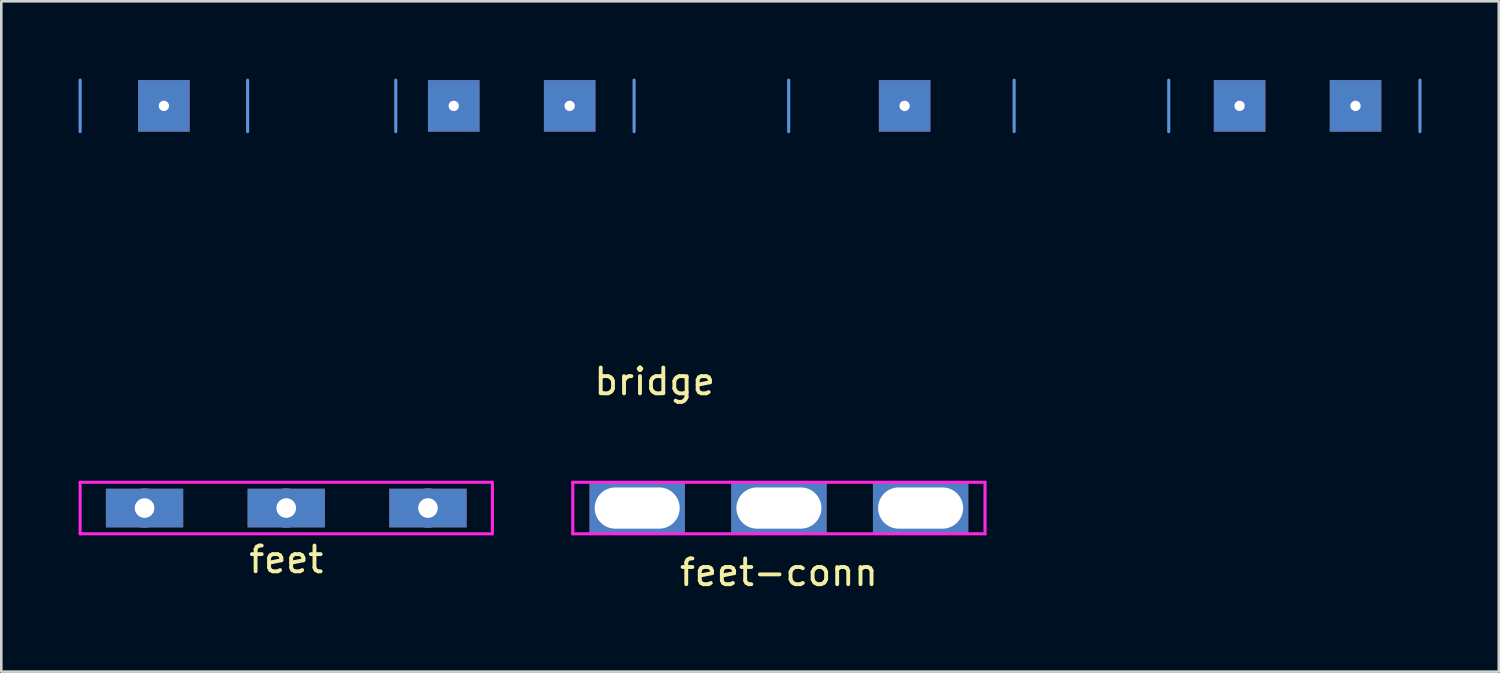
<source format=kicad_pcb>
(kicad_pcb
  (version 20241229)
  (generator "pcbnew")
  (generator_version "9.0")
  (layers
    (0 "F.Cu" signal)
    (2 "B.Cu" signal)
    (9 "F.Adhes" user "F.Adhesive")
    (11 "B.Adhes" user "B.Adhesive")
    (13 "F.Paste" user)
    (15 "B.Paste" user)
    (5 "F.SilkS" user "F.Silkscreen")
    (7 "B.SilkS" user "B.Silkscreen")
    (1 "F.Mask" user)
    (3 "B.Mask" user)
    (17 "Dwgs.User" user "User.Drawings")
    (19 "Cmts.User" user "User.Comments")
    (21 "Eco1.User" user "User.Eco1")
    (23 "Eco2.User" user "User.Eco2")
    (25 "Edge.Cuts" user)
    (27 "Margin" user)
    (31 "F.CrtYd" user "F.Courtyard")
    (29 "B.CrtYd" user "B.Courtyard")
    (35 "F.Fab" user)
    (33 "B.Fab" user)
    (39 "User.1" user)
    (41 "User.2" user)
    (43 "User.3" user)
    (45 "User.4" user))
  (footprint "feet-conn"
    (layer "F.Cu")
    (at 27.18 16.668)
    (property "Reference" "feet-conn" (at 0 2.5 0) (layer "F.SilkS") (effects (font (size 1 1) (thickness 0.15))))
    (attr through_hole)
    (fp_line (start -8 -1) (end -8 1) (stroke (width 0.12) (type solid)) (layer "F.CrtYd"))
    (fp_line (start -8 1) (end 8 1) (stroke (width 0.12) (type solid)) (layer "F.CrtYd"))
    (fp_line (start 8 -1) (end -8 -1) (stroke (width 0.12) (type solid)) (layer "F.CrtYd"))
    (fp_line (start 8 1) (end 8 -1) (stroke (width 0.12) (type solid)) (layer "F.CrtYd"))
    (pad "1" thru_hole rect (at -5.5 0) (size 3.7 2) (drill oval 3.3 1.6) (layers "*.Cu" "*.Mask"))
    (pad "2" thru_hole rect (at 0 0) (size 3.7 2) (drill oval 3.3 1.6) (layers "*.Cu" "*.Mask"))
    (pad "3" thru_hole rect (at 5.5 0) (size 3.7 2) (drill oval 3.3 1.6) (layers "*.Cu" "*.Mask")))
  (footprint "feet"
    (layer "F.Cu")
    (at 8.06 16.668)
    (property "Reference" "feet" (at 0 2 0) (layer "F.SilkS") (effects (font (size 1 1) (thickness 0.15))))
    (attr through_hole)
    (fp_line (start -8 -1) (end -8 1) (stroke (width 0.12) (type solid)) (layer "F.CrtYd"))
    (fp_line (start -8 1) (end 8 1) (stroke (width 0.12) (type solid)) (layer "F.CrtYd"))
    (fp_line (start 8 -1) (end -8 -1) (stroke (width 0.12) (type solid)) (layer "F.CrtYd"))
    (fp_line (start 8 1) (end 8 -1) (stroke (width 0.12) (type solid)) (layer "F.CrtYd"))
    (pad "1" thru_hole circle (at -5.5 0) (size 1.524 1.524) (drill 0.762) (layers "*.Cu" "*.Mask"))
    (pad "1" smd rect (at -5.5 0) (size 3 1.5) (layers "F.Cu" "F.Mask" "F.Paste"))
    (pad "1" smd rect (at -5.5 0) (size 3 1.5) (layers "B.Cu" "B.Mask" "B.Paste"))
    (pad "2" thru_hole circle (at 0 0) (size 1.524 1.524) (drill 0.762) (layers "*.Cu" "*.Mask"))
    (pad "2" smd rect (at 0 0) (size 3 1.5) (layers "F.Cu" "F.Mask" "F.Paste"))
    (pad "2" smd rect (at 0 0) (size 3 1.5) (layers "B.Cu" "B.Mask" "B.Paste"))
    (pad "3" thru_hole circle (at 5.5 0) (size 1.524 1.524) (drill 0.762) (layers "*.Cu" "*.Mask"))
    (pad "3" smd rect (at 5.5 0) (size 3 1.5) (layers "F.Cu" "F.Mask" "F.Paste"))
    (pad "3" smd rect (at 5.5 0) (size 3 1.5) (layers "B.Cu" "B.Mask" "B.Paste")))
  (footprint "bridge"
    (layer "F.Cu")
    (at 22.56 1.06)
    (property "Reference" "bridge" (at -0.2 10.7 0) (layer "F.SilkS") (effects (font (size 1 1) (thickness 0.15))))
    (fp_line (start -22.5 -1) (end -22.5 1) (stroke (width 0.12) (type solid)) (layer "Cmts.User"))
    (fp_line (start -16 1) (end -16 -1) (stroke (width 0.12) (type solid)) (layer "Cmts.User"))
    (fp_line (start -10.25 1) (end -10.25 -1) (stroke (width 0.12) (type solid)) (layer "Cmts.User"))
    (fp_line (start -1 -1) (end -1 1) (stroke (width 0.12) (type solid)) (layer "Cmts.User"))
    (fp_line (start 5 -1) (end 5 1) (stroke (width 0.12) (type solid)) (layer "Cmts.User"))
    (fp_line (start 13.75 1) (end 13.75 -1) (stroke (width 0.12) (type solid)) (layer "Cmts.User"))
    (fp_line (start 19.75 -1) (end 19.75 1) (stroke (width 0.12) (type solid)) (layer "Cmts.User"))
    (fp_line (start 29.5 1) (end 29.5 -1) (stroke (width 0.12) (type solid)) (layer "Cmts.User"))
    (pad "1" thru_hole rect (at 27 0) (size 2 2) (drill 0.4) (layers "*.Cu" "*.Mask"))
    (pad "2" thru_hole rect (at 22.5 0) (size 2 2) (drill 0.4) (layers "*.Cu" "*.Mask"))
    (pad "3" thru_hole rect (at 9.5 0) (size 2 2) (drill 0.4) (layers "*.Cu" "*.Mask"))
    (pad "4" thru_hole rect (at -3.5 0) (size 2 2) (drill 0.4) (layers "*.Cu" "*.Mask"))
    (pad "5" thru_hole rect (at -8 0) (size 2 2) (drill 0.4) (layers "*.Cu" "*.Mask"))
    (pad "6" thru_hole rect (at -19.25 0) (size 2 2) (drill 0.4) (layers "*.Cu" "*.Mask")))
  (gr_rect
    (start -3 -3)
    (end 55.12 23.017)
    (stroke (width 0.1) (type default))
    (fill no)
    (layer "Edge.Cuts")))
</source>
